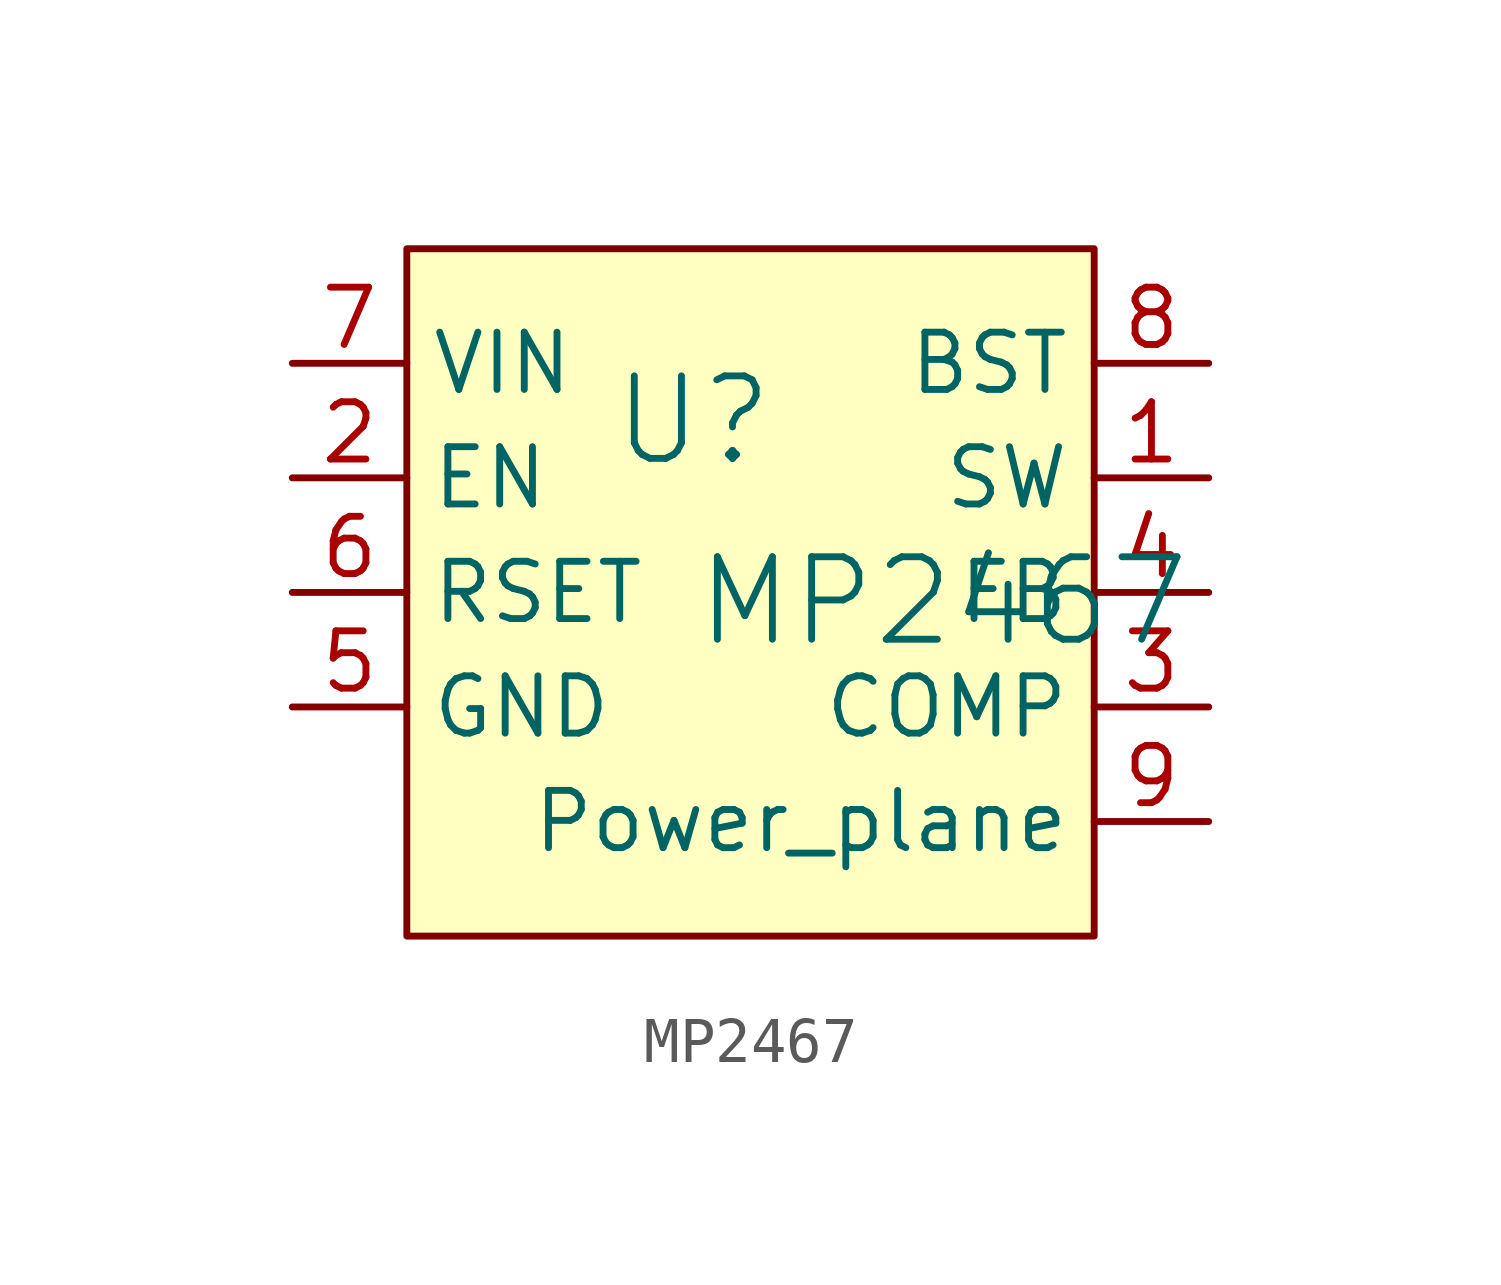
<source format=kicad_sym>
(kicad_symbol_lib
  (version 20241209)
  (generator "kicad_symbol_editor")
  (generator_version "9.0")
  (symbol "MP2467"
    (property "Reference" "U"
      (at -1.27 1.27 0)
      (effects (font (size 1.829 1.829))))
    (property "Value" "MP2467"
      (at -1.27 -3.81 0)
      (effects (font (size 1.829 1.829)) (justify left bottom)))
    (symbol "MP2467_1_0"
      (rectangle (start 7.62 5.08) (end -7.62 -10.16) (stroke (width 0) (type solid) (color 128 0 0 1)) (fill (type background)))
      (pin passive line (at -10.16 2.54 0) (length 2.54) (name "VIN" (effects (font (size 1.27 1.27)))) (number "7" (effects (font (size 1.27 1.27)))))
      (pin passive line (at -10.16 0 0) (length 2.54) (name "EN" (effects (font (size 1.27 1.27)))) (number "2" (effects (font (size 1.27 1.27)))))
      (pin passive line (at -10.16 -2.54 0) (length 2.54) (name "RSET" (effects (font (size 1.27 1.27)))) (number "6" (effects (font (size 1.27 1.27)))))
      (pin passive line (at -10.16 -5.08 0) (length 2.54) (name "GND" (effects (font (size 1.27 1.27)))) (number "5" (effects (font (size 1.27 1.27)))))
      (pin passive line (at 10.16 2.54 180) (length 2.54) (name "BST" (effects (font (size 1.27 1.27)))) (number "8" (effects (font (size 1.27 1.27)))))
      (pin passive line (at 10.16 0 180) (length 2.54) (name "SW" (effects (font (size 1.27 1.27)))) (number "1" (effects (font (size 1.27 1.27)))))
      (pin passive line (at 10.16 -2.54 180) (length 2.54) (name "FB" (effects (font (size 1.27 1.27)))) (number "4" (effects (font (size 1.27 1.27)))))
      (pin passive line (at 10.16 -5.08 180) (length 2.54) (name "COMP" (effects (font (size 1.27 1.27)))) (number "3" (effects (font (size 1.27 1.27)))))
      (pin passive line (at 10.16 -7.62 180) (length 2.54) (name "Power_plane" (effects (font (size 1.27 1.27)))) (number "9" (effects (font (size 1.27 1.27))))))))
</source>
